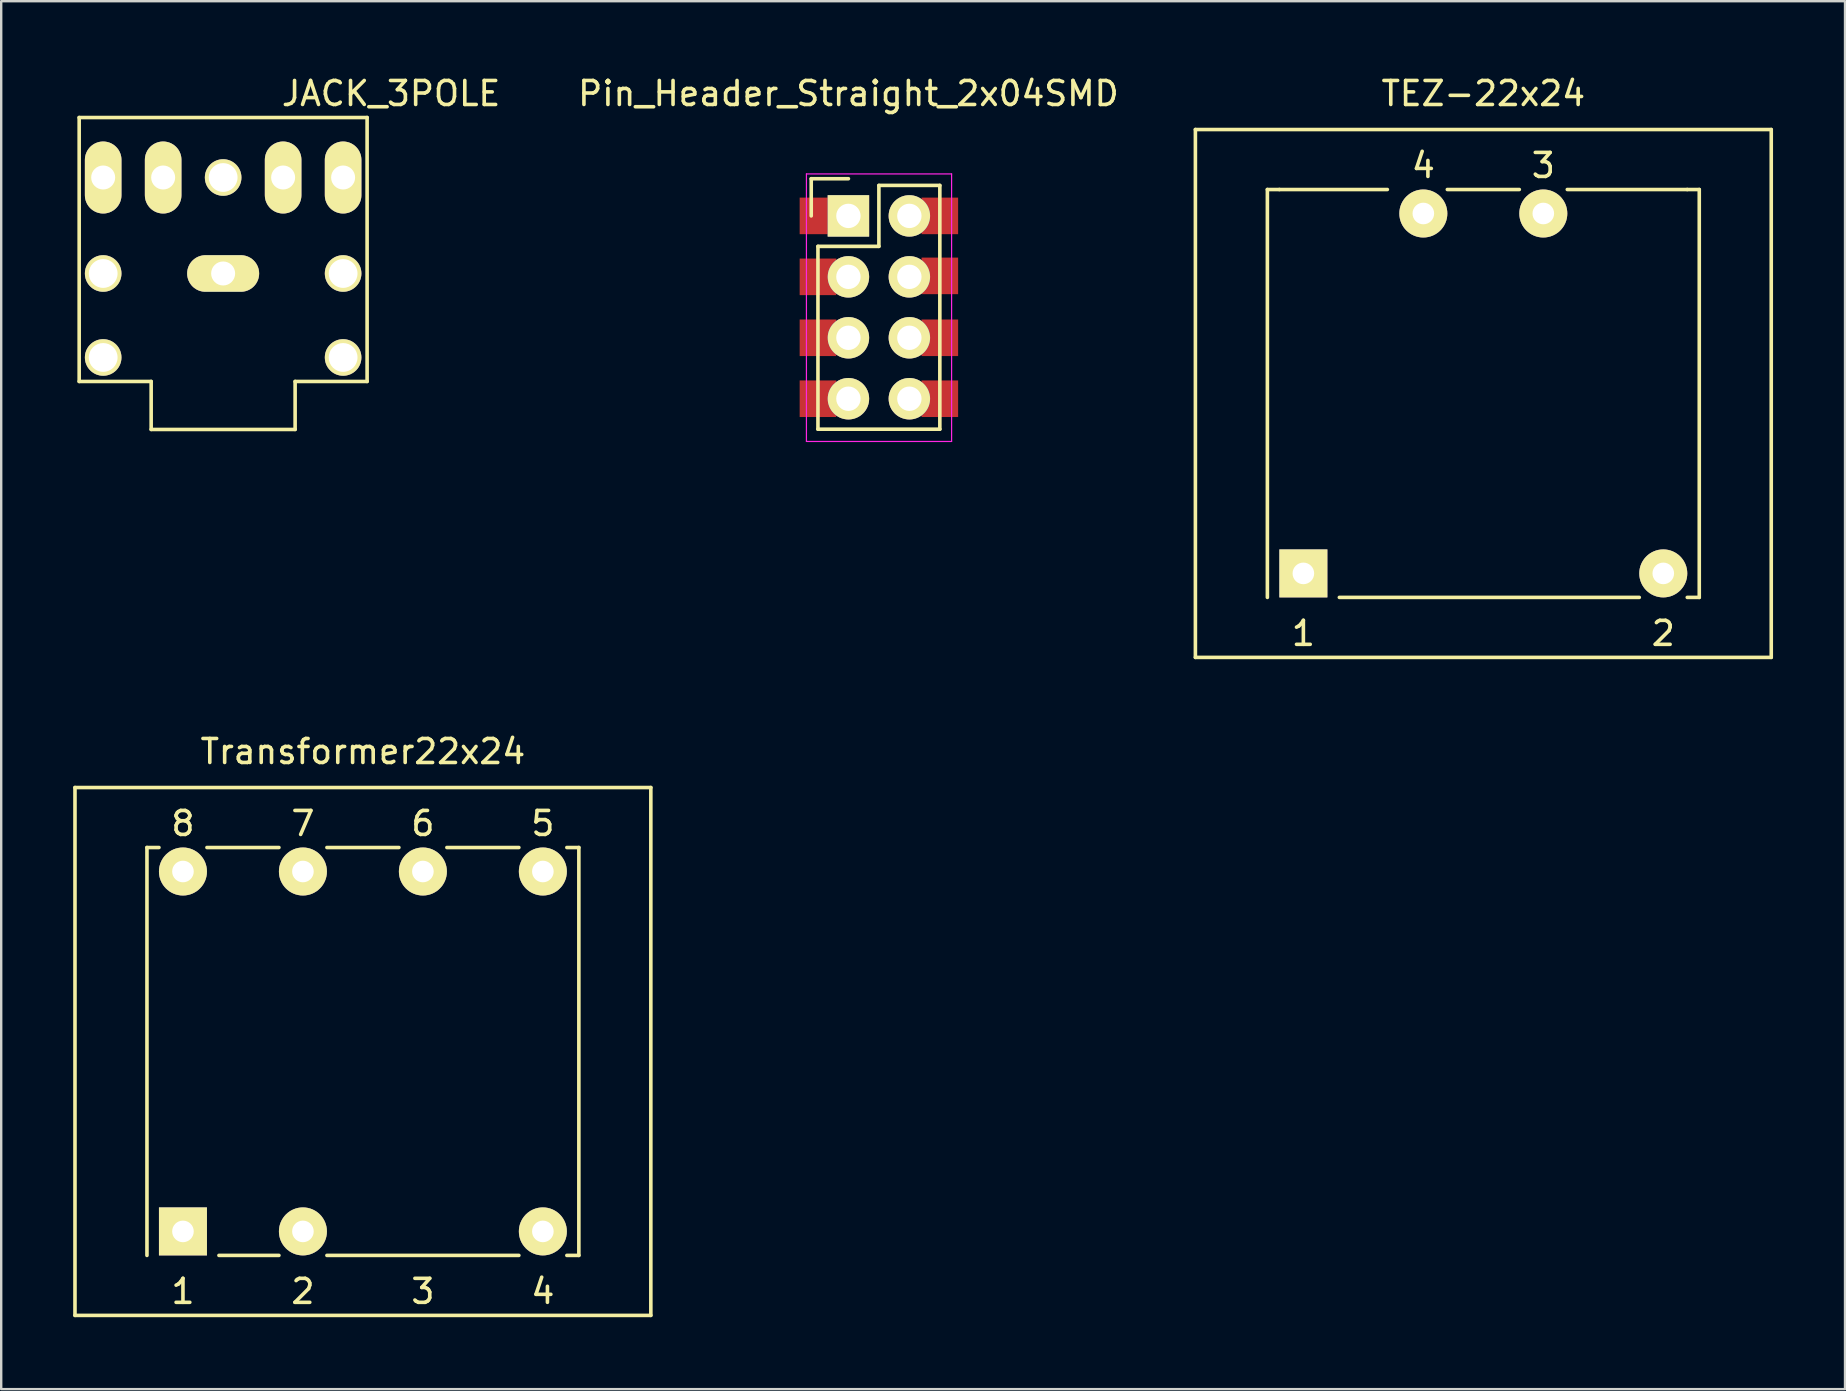
<source format=kicad_pcb>
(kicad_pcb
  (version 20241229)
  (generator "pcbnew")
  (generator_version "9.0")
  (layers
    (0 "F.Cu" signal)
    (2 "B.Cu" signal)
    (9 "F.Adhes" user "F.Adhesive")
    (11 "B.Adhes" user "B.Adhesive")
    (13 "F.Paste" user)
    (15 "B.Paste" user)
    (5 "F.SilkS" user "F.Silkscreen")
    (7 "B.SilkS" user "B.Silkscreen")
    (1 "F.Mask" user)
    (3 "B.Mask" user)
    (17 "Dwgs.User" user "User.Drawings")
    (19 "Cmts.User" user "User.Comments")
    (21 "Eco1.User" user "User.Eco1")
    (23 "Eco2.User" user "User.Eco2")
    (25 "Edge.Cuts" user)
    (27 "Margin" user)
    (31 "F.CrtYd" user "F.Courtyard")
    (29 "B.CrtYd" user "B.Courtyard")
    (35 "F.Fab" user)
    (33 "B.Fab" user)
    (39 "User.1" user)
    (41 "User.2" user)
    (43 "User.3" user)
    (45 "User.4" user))
  (footprint "TEZ-22x24"
    (layer "F.Cu")
    (at 58.771 13.348)
    (property "Reference" "TEZ-22x24" (at 0 -12.5 0) (layer "F.SilkS") (effects (font (size 1 1) (thickness 0.15))))
    (attr through_hole)
    (fp_line (start -12 -11) (end 12 -11) (stroke (width 0.15) (type solid)) (layer "F.SilkS"))
    (fp_line (start -12 11) (end -12 -11) (stroke (width 0.15) (type solid)) (layer "F.SilkS"))
    (fp_line (start -9 8.5) (end -9 -8.5) (stroke (width 0.15) (type solid)) (layer "F.SilkS"))
    (fp_line (start -8.5 -8.5) (end -9 -8.5) (stroke (width 0.15) (type solid)) (layer "F.SilkS"))
    (fp_line (start -8.5 -8.5) (end -4 -8.5) (stroke (width 0.15) (type solid)) (layer "F.SilkS"))
    (fp_line (start -6 8.5) (end 6.5 8.5) (stroke (width 0.15) (type solid)) (layer "F.SilkS"))
    (fp_line (start -1.5 -8.5) (end 1.5 -8.5) (stroke (width 0.15) (type solid)) (layer "F.SilkS"))
    (fp_line (start 3.5 -8.5) (end 8.5 -8.5) (stroke (width 0.15) (type solid)) (layer "F.SilkS"))
    (fp_line (start 8.5 -8.5) (end 9 -8.5) (stroke (width 0.15) (type solid)) (layer "F.SilkS"))
    (fp_line (start 8.5 8.5) (end 9 8.5) (stroke (width 0.15) (type solid)) (layer "F.SilkS"))
    (fp_line (start 9 8.5) (end 9 -8.5) (stroke (width 0.15) (type solid)) (layer "F.SilkS"))
    (fp_line (start 12 -11) (end 12 11) (stroke (width 0.15) (type solid)) (layer "F.SilkS"))
    (fp_line (start 12 11) (end -12 11) (stroke (width 0.15) (type solid)) (layer "F.SilkS"))
    (fp_text user "1" (at -7.5 10 0) (layer "F.SilkS") (effects (font (size 1 1) (thickness 0.15))))
    (fp_text user "3" (at 2.5 -9.5 0) (layer "F.SilkS") (effects (font (size 1 1) (thickness 0.15))))
    (fp_text user "4" (at -2.5 -9.5 0) (layer "F.SilkS") (effects (font (size 1 1) (thickness 0.15))))
    (fp_text user "2" (at 7.5 10 0) (layer "F.SilkS") (effects (font (size 1 1) (thickness 0.15))))
    (pad "1" thru_hole rect (at -7.5 7.5) (size 2 2) (drill 0.9) (layers "*.Cu" "*.Mask" "F.SilkS"))
    (pad "2" thru_hole circle (at 7.5 7.5) (size 2 2) (drill 0.9) (layers "*.Cu" "*.Mask" "F.SilkS"))
    (pad "3" thru_hole circle (at 2.5 -7.5) (size 2 2) (drill 0.9) (layers "*.Cu" "*.Mask" "F.SilkS"))
    (pad "4" thru_hole circle (at -2.5 -7.5) (size 2 2) (drill 0.9) (layers "*.Cu" "*.Mask" "F.SilkS")))
  (footprint "JACK_3POLE"
    (layer "F.Cu")
    (at 0.25 1.848)
    (property "Reference" "JACK_3POLE" (at 13 -1 0) (layer "F.SilkS") (effects (font (size 1 1) (thickness 0.15))))
    (attr through_hole)
    (fp_line (start 0 0) (end 12 0) (stroke (width 0.15) (type solid)) (layer "F.SilkS"))
    (fp_line (start 0 11) (end 0 0) (stroke (width 0.15) (type solid)) (layer "F.SilkS"))
    (fp_line (start 3 11) (end 0 11) (stroke (width 0.15) (type solid)) (layer "F.SilkS"))
    (fp_line (start 3 13) (end 3 11) (stroke (width 0.15) (type solid)) (layer "F.SilkS"))
    (fp_line (start 9 11) (end 9 13) (stroke (width 0.15) (type solid)) (layer "F.SilkS"))
    (fp_line (start 9 13) (end 3 13) (stroke (width 0.15) (type solid)) (layer "F.SilkS"))
    (fp_line (start 12 0) (end 12 11) (stroke (width 0.15) (type solid)) (layer "F.SilkS"))
    (fp_line (start 12 11) (end 9 11) (stroke (width 0.15) (type solid)) (layer "F.SilkS"))
    (pad "" np_thru_hole circle (at 1 6.5) (size 1.524 1.524) (drill 1.2) (layers "*.Cu" "*.Mask" "F.SilkS"))
    (pad "" np_thru_hole circle (at 1 10) (size 1.524 1.524) (drill 1.2) (layers "*.Cu" "*.Mask" "F.SilkS"))
    (pad "" np_thru_hole circle (at 6 2.5) (size 1.524 1.524) (drill 1.2) (layers "*.Cu" "*.Mask" "F.SilkS"))
    (pad "" np_thru_hole circle (at 11 6.5) (size 1.524 1.524) (drill 1.2) (layers "*.Cu" "*.Mask" "F.SilkS"))
    (pad "" np_thru_hole circle (at 11 10) (size 1.524 1.524) (drill 1.2) (layers "*.Cu" "*.Mask" "F.SilkS"))
    (pad "1" thru_hole oval (at 6 6.5) (size 3 1.524) (drill 1) (layers "*.Cu" "*.Mask" "F.SilkS"))
    (pad "2" thru_hole oval (at 1 2.5) (size 1.524 3) (drill 1) (layers "*.Cu" "*.Mask" "F.SilkS"))
    (pad "3" thru_hole oval (at 3.5 2.5) (size 1.524 3) (drill 1) (layers "*.Cu" "*.Mask" "F.SilkS"))
    (pad "4" thru_hole oval (at 8.5 2.5) (size 1.524 3) (drill 1) (layers "*.Cu" "*.Mask" "F.SilkS"))
    (pad "5" thru_hole oval (at 11 2.5) (size 1.524 3) (drill 1) (layers "*.Cu" "*.Mask" "F.SilkS")))
  (footprint "Pin_Header_Straight_2x04SMD"
    (layer "F.Cu")
    (at 32.31 5.948)
    (property "Reference" "Pin_Header_Straight_2x04SMD" (at 0 -5.1 0) (layer "F.SilkS") (effects (font (size 1 1) (thickness 0.15))))
    (attr through_hole)
    (fp_line (start -1.55 -1.55) (end -1.55 0) (stroke (width 0.15) (type solid)) (layer "F.SilkS"))
    (fp_line (start -1.27 1.27) (end -1.27 8.89) (stroke (width 0.15) (type solid)) (layer "F.SilkS"))
    (fp_line (start -1.27 8.89) (end 3.81 8.89) (stroke (width 0.15) (type solid)) (layer "F.SilkS"))
    (fp_line (start 0 -1.55) (end -1.55 -1.55) (stroke (width 0.15) (type solid)) (layer "F.SilkS"))
    (fp_line (start 1.27 -1.27) (end 1.27 1.27) (stroke (width 0.15) (type solid)) (layer "F.SilkS"))
    (fp_line (start 1.27 1.27) (end -1.27 1.27) (stroke (width 0.15) (type solid)) (layer "F.SilkS"))
    (fp_line (start 3.81 -1.27) (end 1.27 -1.27) (stroke (width 0.15) (type solid)) (layer "F.SilkS"))
    (fp_line (start 3.81 8.89) (end 3.81 -1.27) (stroke (width 0.15) (type solid)) (layer "F.SilkS"))
    (fp_line (start -1.75 -1.75) (end -1.75 9.4) (stroke (width 0.05) (type solid)) (layer "F.CrtYd"))
    (fp_line (start -1.75 -1.75) (end 4.3 -1.75) (stroke (width 0.05) (type solid)) (layer "F.CrtYd"))
    (fp_line (start -1.75 9.4) (end 4.3 9.4) (stroke (width 0.05) (type solid)) (layer "F.CrtYd"))
    (fp_line (start 4.3 -1.75) (end 4.3 9.4) (stroke (width 0.05) (type solid)) (layer "F.CrtYd"))
    (pad "1" smd rect (at -1.27 0) (size 1.524 1.524) (layers "F.Cu" "F.Mask" "F.Paste"))
    (pad "1" thru_hole rect (at 0 0) (size 1.727 1.727) (drill 1.016) (layers "*.Cu" "*.Mask" "F.SilkS"))
    (pad "2" thru_hole oval (at 2.54 0) (size 1.727 1.727) (drill 1.016) (layers "*.Cu" "*.Mask" "F.SilkS"))
    (pad "2" smd rect (at 3.81 0) (size 1.524 1.524) (layers "F.Cu" "F.Mask" "F.Paste"))
    (pad "3" smd rect (at -1.27 2.54) (size 1.524 1.524) (layers "F.Cu" "F.Mask" "F.Paste"))
    (pad "3" thru_hole oval (at 0 2.54) (size 1.727 1.727) (drill 1.016) (layers "*.Cu" "*.Mask" "F.SilkS"))
    (pad "4" thru_hole oval (at 2.54 2.54) (size 1.727 1.727) (drill 1.016) (layers "*.Cu" "*.Mask" "F.SilkS"))
    (pad "4" smd rect (at 3.81 2.5) (size 1.524 1.524) (layers "F.Cu" "F.Mask" "F.Paste"))
    (pad "5" smd rect (at -1.27 5.08) (size 1.524 1.524) (layers "F.Cu" "F.Mask" "F.Paste"))
    (pad "5" thru_hole oval (at 0 5.08) (size 1.727 1.727) (drill 1.016) (layers "*.Cu" "*.Mask" "F.SilkS"))
    (pad "6" thru_hole oval (at 2.54 5.08) (size 1.727 1.727) (drill 1.016) (layers "*.Cu" "*.Mask" "F.SilkS"))
    (pad "6" smd rect (at 3.81 5.08) (size 1.524 1.524) (layers "F.Cu" "F.Mask" "F.Paste"))
    (pad "7" smd rect (at -1.27 7.62) (size 1.524 1.524) (layers "F.Cu" "F.Mask" "F.Paste"))
    (pad "7" thru_hole oval (at 0 7.62) (size 1.727 1.727) (drill 1.016) (layers "*.Cu" "*.Mask" "F.SilkS"))
    (pad "8" thru_hole oval (at 2.54 7.62) (size 1.727 1.727) (drill 1.016) (layers "*.Cu" "*.Mask" "F.SilkS"))
    (pad "8" smd rect (at 3.81 7.62) (size 1.524 1.524) (layers "F.Cu" "F.Mask" "F.Paste")))
  (footprint "Transformer22x24"
    (layer "F.Cu")
    (at 12.075 40.772)
    (property "Reference" "Transformer22x24" (at 0 -12.5 0) (layer "F.SilkS") (effects (font (size 1 1) (thickness 0.15))))
    (attr through_hole)
    (fp_line (start -12 -11) (end 12 -11) (stroke (width 0.15) (type solid)) (layer "F.SilkS"))
    (fp_line (start -12 11) (end -12 -11) (stroke (width 0.15) (type solid)) (layer "F.SilkS"))
    (fp_line (start -9 8.5) (end -9 -8.5) (stroke (width 0.15) (type solid)) (layer "F.SilkS"))
    (fp_line (start -8.5 -8.5) (end -9 -8.5) (stroke (width 0.15) (type solid)) (layer "F.SilkS"))
    (fp_line (start -6.5 -8.5) (end -3.5 -8.5) (stroke (width 0.15) (type solid)) (layer "F.SilkS"))
    (fp_line (start -3.5 8.5) (end -6 8.5) (stroke (width 0.15) (type solid)) (layer "F.SilkS"))
    (fp_line (start -1.5 -8.5) (end 1.5 -8.5) (stroke (width 0.15) (type solid)) (layer "F.SilkS"))
    (fp_line (start -1.5 8.5) (end 6.5 8.5) (stroke (width 0.15) (type solid)) (layer "F.SilkS"))
    (fp_line (start 3.5 -8.5) (end 6.5 -8.5) (stroke (width 0.15) (type solid)) (layer "F.SilkS"))
    (fp_line (start 8.5 -8.5) (end 9 -8.5) (stroke (width 0.15) (type solid)) (layer "F.SilkS"))
    (fp_line (start 8.5 8.5) (end 9 8.5) (stroke (width 0.15) (type solid)) (layer "F.SilkS"))
    (fp_line (start 9 8.5) (end 9 -8.5) (stroke (width 0.15) (type solid)) (layer "F.SilkS"))
    (fp_line (start 12 -11) (end 12 11) (stroke (width 0.15) (type solid)) (layer "F.SilkS"))
    (fp_line (start 12 11) (end -12 11) (stroke (width 0.15) (type solid)) (layer "F.SilkS"))
    (fp_text user "3" (at 2.5 10 0) (layer "F.SilkS") (effects (font (size 1 1) (thickness 0.15))))
    (fp_text user "2" (at -2.5 10 0) (layer "F.SilkS") (effects (font (size 1 1) (thickness 0.15))))
    (fp_text user "1" (at -7.5 10 0) (layer "F.SilkS") (effects (font (size 1 1) (thickness 0.15))))
    (fp_text user "8" (at -7.5 -9.5 0) (layer "F.SilkS") (effects (font (size 1 1) (thickness 0.15))))
    (fp_text user "4" (at 7.5 10 0) (layer "F.SilkS") (effects (font (size 1 1) (thickness 0.15))))
    (fp_text user "6" (at 2.5 -9.5 0) (layer "F.SilkS") (effects (font (size 1 1) (thickness 0.15))))
    (fp_text user "7" (at -2.5 -9.5 0) (layer "F.SilkS") (effects (font (size 1 1) (thickness 0.15))))
    (fp_text user "5" (at 7.5 -9.5 0) (layer "F.SilkS") (effects (font (size 1 1) (thickness 0.15))))
    (pad "1" thru_hole rect (at -7.5 7.5) (size 2 2) (drill 0.9) (layers "*.Cu" "*.Mask" "F.SilkS"))
    (pad "2" thru_hole circle (at -2.5 7.5) (size 2 2) (drill 0.9) (layers "*.Cu" "*.Mask" "F.SilkS"))
    (pad "4" thru_hole circle (at 7.5 7.5) (size 2 2) (drill 0.9) (layers "*.Cu" "*.Mask" "F.SilkS"))
    (pad "5" thru_hole circle (at 7.5 -7.5) (size 2 2) (drill 0.9) (layers "*.Cu" "*.Mask" "F.SilkS"))
    (pad "6" thru_hole circle (at 2.5 -7.5) (size 2 2) (drill 0.9) (layers "*.Cu" "*.Mask" "F.SilkS"))
    (pad "7" thru_hole circle (at -2.5 -7.5) (size 2 2) (drill 0.9) (layers "*.Cu" "*.Mask" "F.SilkS"))
    (pad "8" thru_hole circle (at -7.5 -7.5) (size 2 2) (drill 0.9) (layers "*.Cu" "*.Mask" "F.SilkS")))
  (gr_rect
    (start -3 -3)
    (end 73.846 54.846)
    (stroke (width 0.1) (type default))
    (fill no)
    (layer "Edge.Cuts")))
</source>
